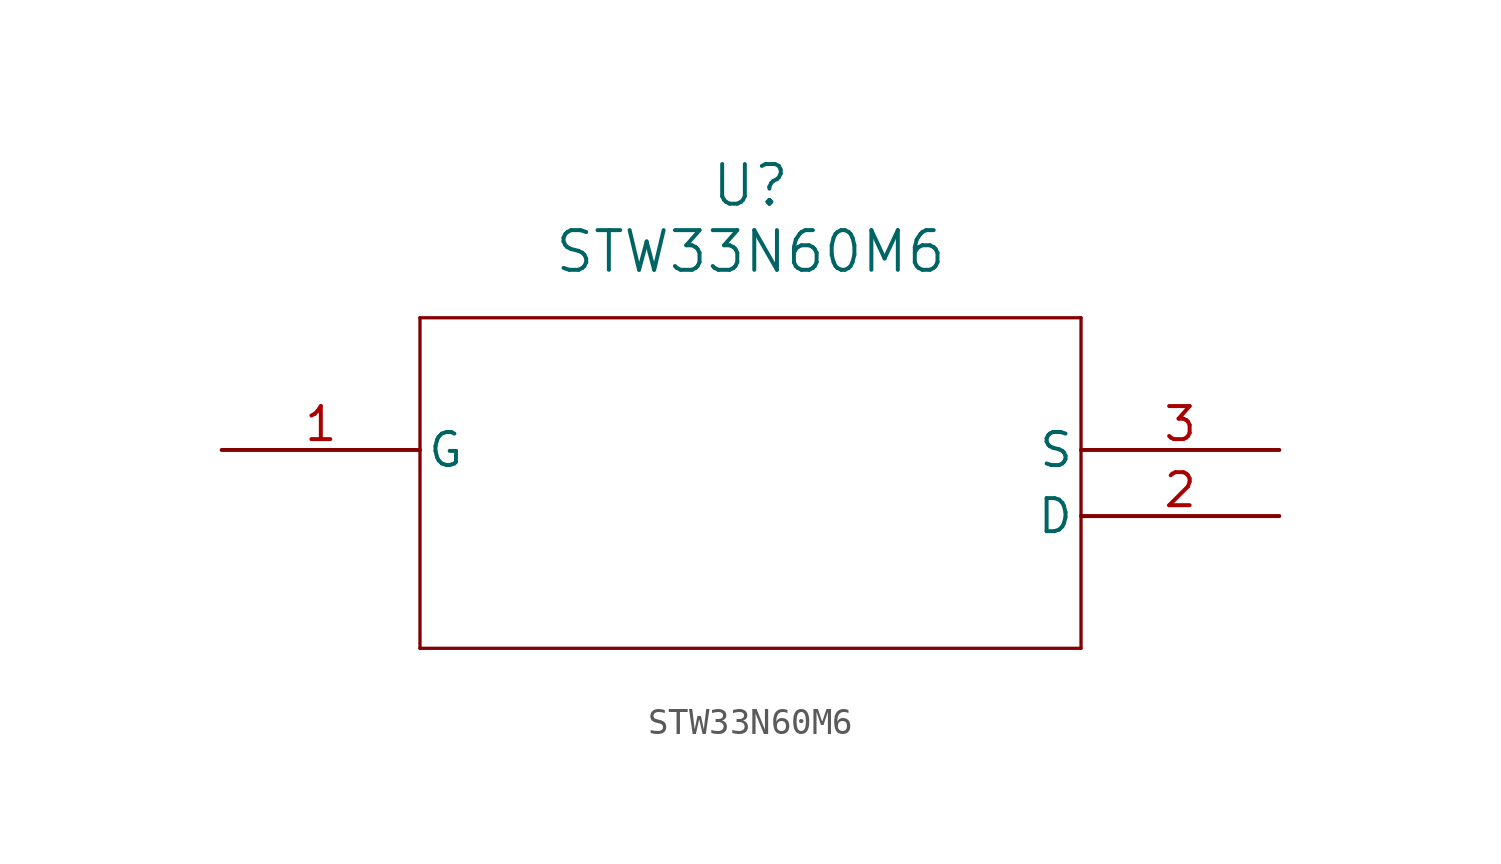
<source format=kicad_sym>
(kicad_symbol_lib
  (version 20211014)
  (generator kicad_symbol_editor)
  (symbol "STW33N60M6"
    (pin_names
      (offset 0.254))
    (property "Reference" "U"
      (at 20.32 10.16 0)
      (effects (font (size 1.524 1.524))))
    (property "Value" "STW33N60M6"
      (at 20.32 7.62 0)
      (effects (font (size 1.524 1.524))))
    (symbol "STW33N60M6_0_1"
      (polyline (pts (xy 7.62 5.08) (xy 7.62 -7.62)) (stroke (width 0.127) (type default) (color 0 0 0 0)) (fill (type none)))
      (polyline (pts (xy 7.62 -7.62) (xy 33.02 -7.62)) (stroke (width 0.127) (type default) (color 0 0 0 0)) (fill (type none)))
      (polyline (pts (xy 33.02 -7.62) (xy 33.02 5.08)) (stroke (width 0.127) (type default) (color 0 0 0 0)) (fill (type none)))
      (polyline (pts (xy 33.02 5.08) (xy 7.62 5.08)) (stroke (width 0.127) (type default) (color 0 0 0 0)) (fill (type none)))
      (pin unspecified line (at 0 0 0) (length 7.62) (name "G" (effects (font (size 1.27 1.27)))) (number "1" (effects (font (size 1.27 1.27)))))
      (pin unspecified line (at 40.64 -2.54 180) (length 7.62) (name "D" (effects (font (size 1.27 1.27)))) (number "2" (effects (font (size 1.27 1.27)))))
      (pin unspecified line (at 40.64 0 180) (length 7.62) (name "S" (effects (font (size 1.27 1.27)))) (number "3" (effects (font (size 1.27 1.27))))))))
</source>
